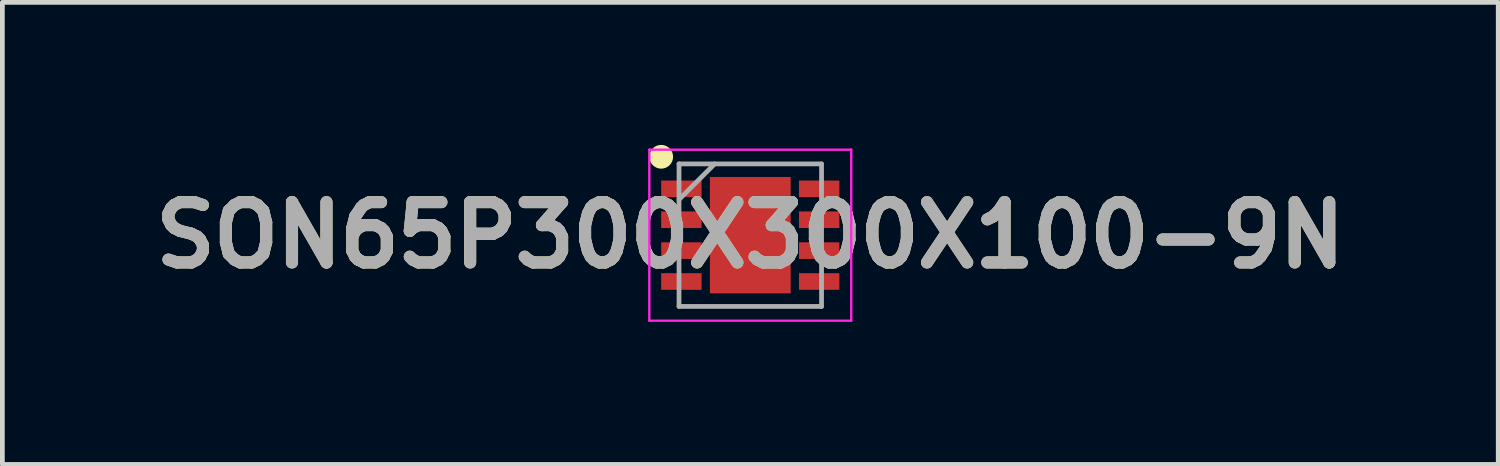
<source format=kicad_pcb>
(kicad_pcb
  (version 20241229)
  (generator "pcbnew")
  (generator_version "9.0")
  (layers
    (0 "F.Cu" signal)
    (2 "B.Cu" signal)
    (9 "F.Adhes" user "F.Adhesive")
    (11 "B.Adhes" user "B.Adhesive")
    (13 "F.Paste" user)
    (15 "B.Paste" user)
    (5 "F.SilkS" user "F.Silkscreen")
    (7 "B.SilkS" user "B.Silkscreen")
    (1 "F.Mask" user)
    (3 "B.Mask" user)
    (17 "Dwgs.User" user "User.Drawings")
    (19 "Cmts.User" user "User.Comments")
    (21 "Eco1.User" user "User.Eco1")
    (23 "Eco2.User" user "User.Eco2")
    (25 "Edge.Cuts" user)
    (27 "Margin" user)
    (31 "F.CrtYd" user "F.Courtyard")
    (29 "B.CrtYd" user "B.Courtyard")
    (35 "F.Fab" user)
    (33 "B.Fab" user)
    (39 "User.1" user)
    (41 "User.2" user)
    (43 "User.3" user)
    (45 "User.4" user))
  (footprint "SON65P300X300X100-9N"
    (layer "F.Cu")
    (at 12.742 1.9)
    (property "Reference" "SON65P300X300X100-9N" (at 0 0 0) (layer "F.SilkS") (effects (font (size 1.27 1.27) (thickness 0.254))))
    (attr smd)
    (fp_circle (center -1.875 -1.65) (end -1.875 -1.525) (stroke (width 0.25) (type solid)) (fill no) (layer "F.SilkS"))
    (fp_line (start -2.125 -1.8) (end 2.125 -1.8) (stroke (width 0.05) (type solid)) (layer "F.CrtYd"))
    (fp_line (start -2.125 1.8) (end -2.125 -1.8) (stroke (width 0.05) (type solid)) (layer "F.CrtYd"))
    (fp_line (start 2.125 -1.8) (end 2.125 1.8) (stroke (width 0.05) (type solid)) (layer "F.CrtYd"))
    (fp_line (start 2.125 1.8) (end -2.125 1.8) (stroke (width 0.05) (type solid)) (layer "F.CrtYd"))
    (fp_line (start -1.5 -1.5) (end 1.5 -1.5) (stroke (width 0.1) (type solid)) (layer "F.Fab"))
    (fp_line (start -1.5 -0.75) (end -0.75 -1.5) (stroke (width 0.1) (type solid)) (layer "F.Fab"))
    (fp_line (start -1.5 1.5) (end -1.5 -1.5) (stroke (width 0.1) (type solid)) (layer "F.Fab"))
    (fp_line (start 1.5 -1.5) (end 1.5 1.5) (stroke (width 0.1) (type solid)) (layer "F.Fab"))
    (fp_line (start 1.5 1.5) (end -1.5 1.5) (stroke (width 0.1) (type solid)) (layer "F.Fab"))
    (fp_text user "${REFERENCE}" (at 0 0 0) (layer "F.Fab") (effects (font (size 1.27 1.27) (thickness 0.254))))
    (pad "1" smd rect (at -1.45 -0.975 90) (size 0.35 0.85) (layers "F.Cu" "F.Mask" "F.Paste"))
    (pad "2" smd rect (at -1.45 -0.325 90) (size 0.35 0.85) (layers "F.Cu" "F.Mask" "F.Paste"))
    (pad "3" smd rect (at -1.45 0.325 90) (size 0.35 0.85) (layers "F.Cu" "F.Mask" "F.Paste"))
    (pad "4" smd rect (at -1.45 0.975 90) (size 0.35 0.85) (layers "F.Cu" "F.Mask" "F.Paste"))
    (pad "5" smd rect (at 1.45 0.975 90) (size 0.35 0.85) (layers "F.Cu" "F.Mask" "F.Paste"))
    (pad "6" smd rect (at 1.45 0.325 90) (size 0.35 0.85) (layers "F.Cu" "F.Mask" "F.Paste"))
    (pad "7" smd rect (at 1.45 -0.325 90) (size 0.35 0.85) (layers "F.Cu" "F.Mask" "F.Paste"))
    (pad "8" smd rect (at 1.45 -0.975 90) (size 0.35 0.85) (layers "F.Cu" "F.Mask" "F.Paste"))
    (pad "9" smd rect (at 0 0) (size 1.7 2.45) (layers "F.Cu" "F.Mask" "F.Paste")))
  (gr_rect
    (start -3 -3)
    (end 28.485 6.725)
    (stroke (width 0.1) (type default))
    (fill no)
    (layer "Edge.Cuts")))
</source>
